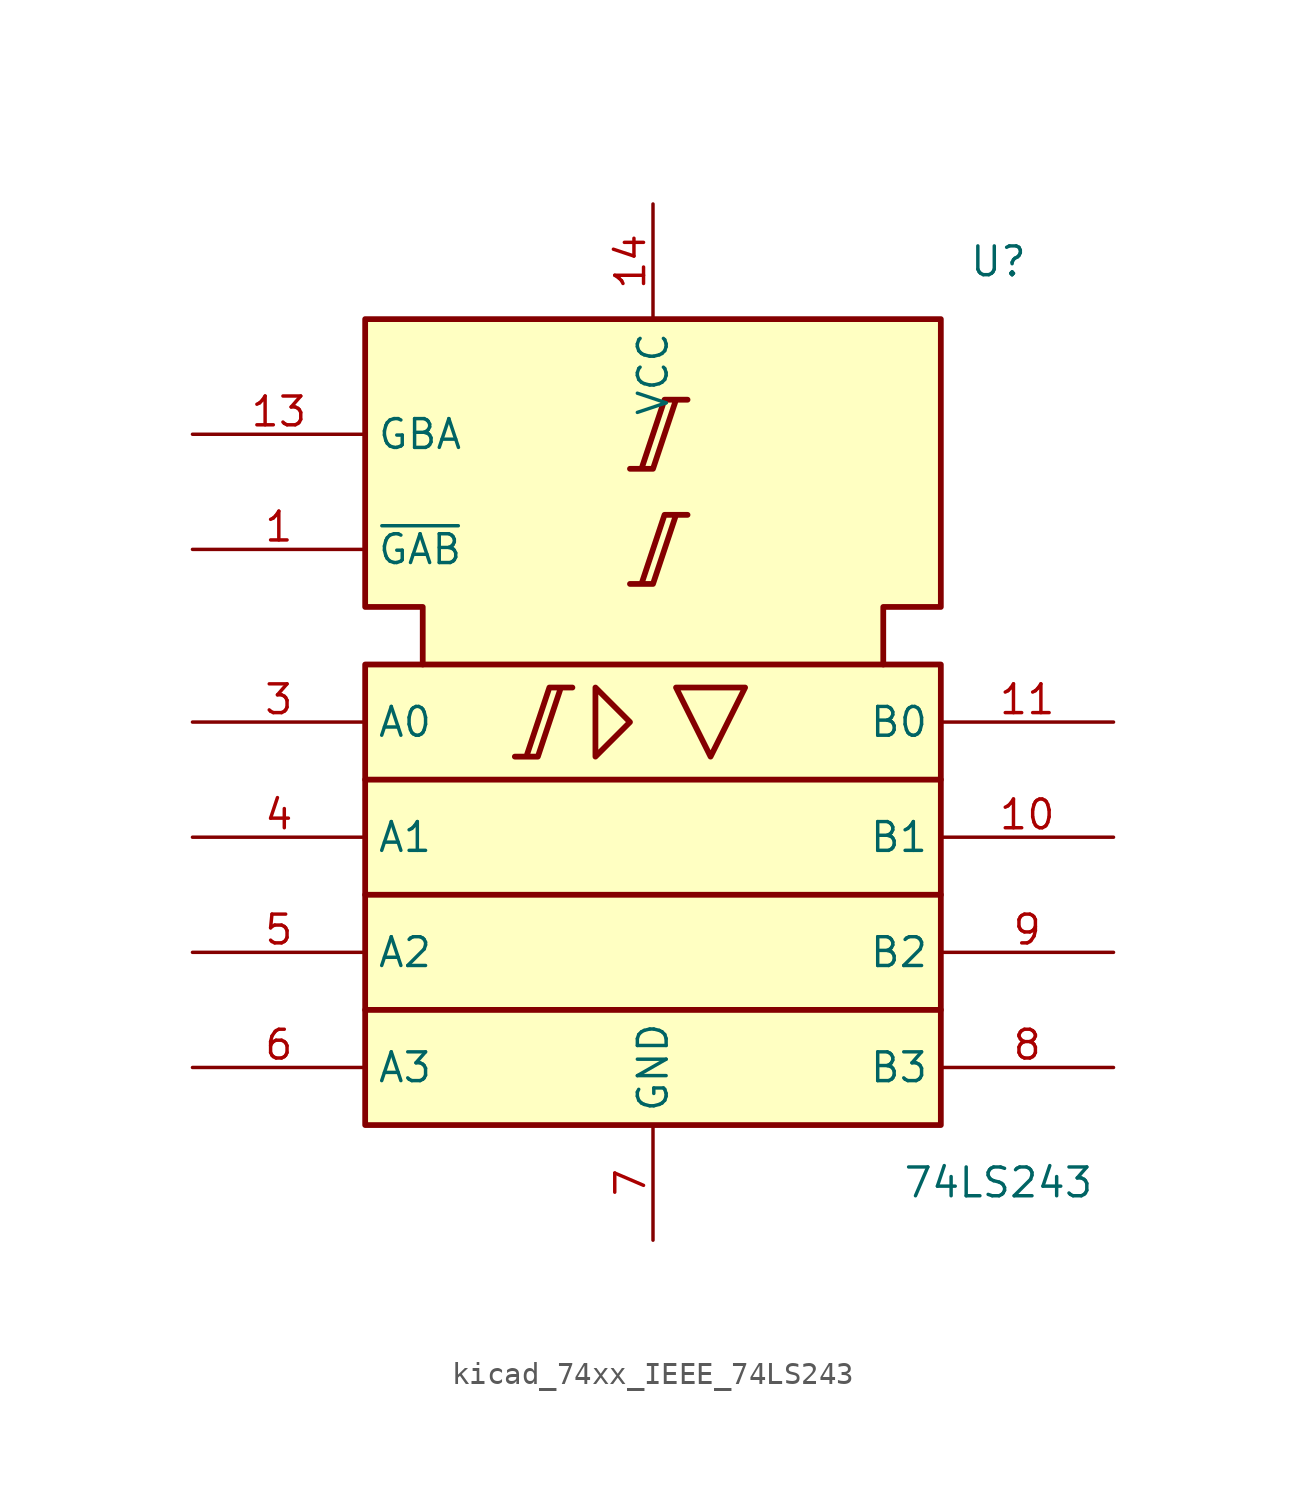
<source format=kicad_sym>
(kicad_symbol_lib
  (version 20220914)
  (generator kicad_symbol_editor)
  (symbol "kicad_74xx_IEEE_74LS243"
    (property "Reference" "U"
      (at 15.24 25.4 0)
      (effects (font (size 1.27 1.27))))
    (property "Value" "74LS243"
      (at 15.24 -15.24 0)
      (effects (font (size 1.27 1.27))))
    (symbol "kicad_74xx_IEEE_74LS243_0_0"
      (pin power_in line (at 0 27.94 270) (length 5.08) (name "VCC" (effects (font (size 1.27 1.27)))) (number "14" (effects (font (size 1.27 1.27)))))
      (pin power_in line (at 0 -17.78 90) (length 5.08) (name "GND" (effects (font (size 1.27 1.27)))) (number "7" (effects (font (size 1.27 1.27))))))
    (symbol "kicad_74xx_IEEE_74LS243_0_1"
      (rectangle (start -12.7 7.62) (end 12.7 -12.7) (stroke (width 0.254) (type default)) (fill (type background)))
      (polyline (pts (xy -12.7 -7.62) (xy 12.7 -7.62) (xy 12.7 -7.62)) (stroke (width 0.254) (type default)) (fill (type background)))
      (polyline (pts (xy -12.7 -2.54) (xy 12.7 -2.54) (xy 12.7 -2.54)) (stroke (width 0.254) (type default)) (fill (type background)))
      (polyline (pts (xy -12.7 2.54) (xy 12.7 2.54) (xy 12.7 2.54)) (stroke (width 0.254) (type default)) (fill (type background)))
      (polyline (pts (xy -2.54 6.604) (xy -2.54 3.556) (xy -1.016 5.08) (xy -2.54 6.604) (xy -2.54 6.604)) (stroke (width 0.254) (type default)) (fill (type background)))
      (polyline (pts (xy 1.016 6.604) (xy 4.064 6.604) (xy 2.54 3.556) (xy 1.016 6.604) (xy 1.016 6.604)) (stroke (width 0.254) (type default)) (fill (type background)))
      (polyline (pts (xy -6.096 3.556) (xy -5.08 3.556) (xy -4.064 6.604) (xy -3.556 6.604) (xy -4.572 6.604) (xy -5.588 3.556) (xy -5.588 3.556)) (stroke (width 0.254) (type default)) (fill (type background)))
      (polyline (pts (xy -1.016 11.176) (xy 0 11.176) (xy 1.016 14.224) (xy 1.524 14.224) (xy 0.508 14.224) (xy -0.508 11.176) (xy -0.508 11.176)) (stroke (width 0.254) (type default)) (fill (type background)))
      (polyline (pts (xy -1.016 16.256) (xy 0 16.256) (xy 1.016 19.304) (xy 1.524 19.304) (xy 0.508 19.304) (xy -0.508 16.256) (xy -0.508 16.256)) (stroke (width 0.254) (type default)) (fill (type background)))
      (polyline (pts (xy -10.16 7.62) (xy -10.16 10.16) (xy -12.7 10.16) (xy -12.7 22.86) (xy 12.7 22.86) (xy 12.7 10.16) (xy 10.16 10.16) (xy 10.16 7.62) (xy 10.16 7.62)) (stroke (width 0.254) (type default)) (fill (type background))))
    (symbol "kicad_74xx_IEEE_74LS243_1_1"
      (pin input line (at -20.32 12.7 0) (length 7.62) (name "~{GAB}" (effects (font (size 1.27 1.27)))) (number "1" (effects (font (size 1.27 1.27)))))
      (pin tri_state line (at 20.32 0 180) (length 7.62) (name "B1" (effects (font (size 1.27 1.27)))) (number "10" (effects (font (size 1.27 1.27)))))
      (pin tri_state line (at 20.32 5.08 180) (length 7.62) (name "B0" (effects (font (size 1.27 1.27)))) (number "11" (effects (font (size 1.27 1.27)))))
      (pin input line (at -20.32 17.78 0) (length 7.62) (name "GBA" (effects (font (size 1.27 1.27)))) (number "13" (effects (font (size 1.27 1.27)))))
      (pin input line (at -20.32 5.08 0) (length 7.62) (name "A0" (effects (font (size 1.27 1.27)))) (number "3" (effects (font (size 1.27 1.27)))))
      (pin input line (at -20.32 0 0) (length 7.62) (name "A1" (effects (font (size 1.27 1.27)))) (number "4" (effects (font (size 1.27 1.27)))))
      (pin input line (at -20.32 -5.08 0) (length 7.62) (name "A2" (effects (font (size 1.27 1.27)))) (number "5" (effects (font (size 1.27 1.27)))))
      (pin input line (at -20.32 -10.16 0) (length 7.62) (name "A3" (effects (font (size 1.27 1.27)))) (number "6" (effects (font (size 1.27 1.27)))))
      (pin tri_state line (at 20.32 -10.16 180) (length 7.62) (name "B3" (effects (font (size 1.27 1.27)))) (number "8" (effects (font (size 1.27 1.27)))))
      (pin tri_state line (at 20.32 -5.08 180) (length 7.62) (name "B2" (effects (font (size 1.27 1.27)))) (number "9" (effects (font (size 1.27 1.27))))))))
</source>
